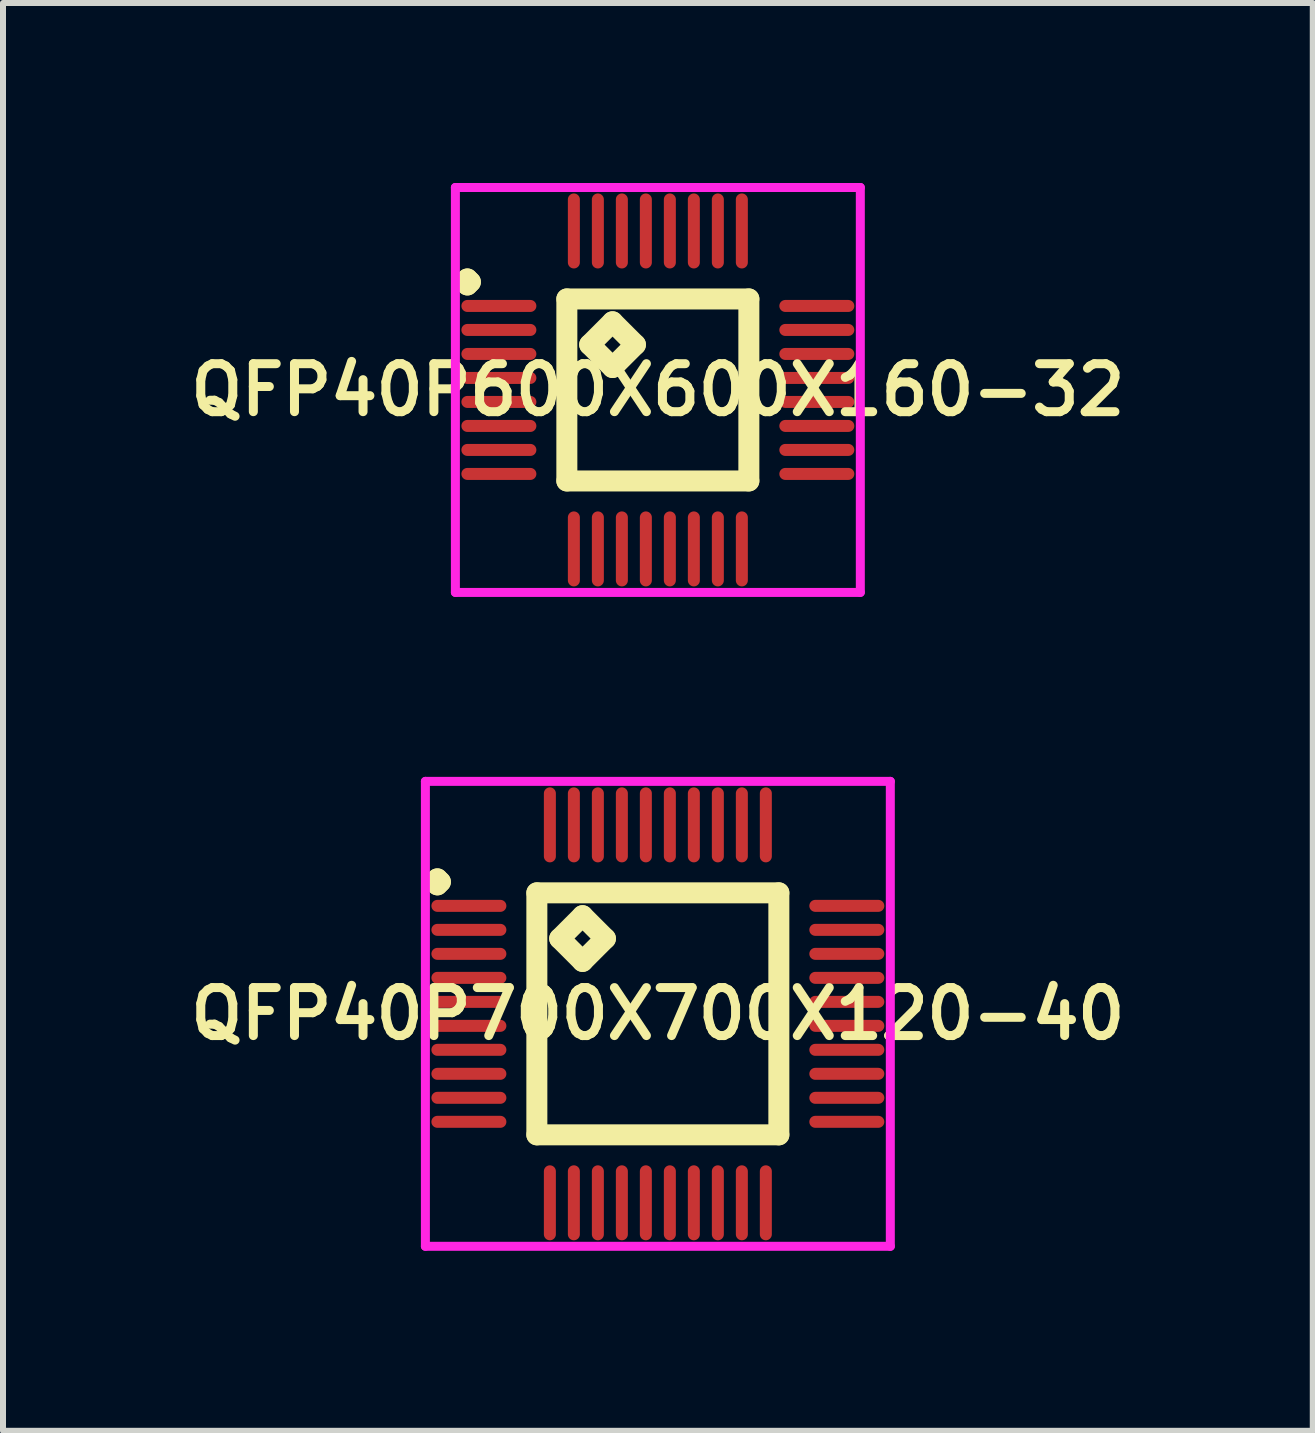
<source format=kicad_pcb>
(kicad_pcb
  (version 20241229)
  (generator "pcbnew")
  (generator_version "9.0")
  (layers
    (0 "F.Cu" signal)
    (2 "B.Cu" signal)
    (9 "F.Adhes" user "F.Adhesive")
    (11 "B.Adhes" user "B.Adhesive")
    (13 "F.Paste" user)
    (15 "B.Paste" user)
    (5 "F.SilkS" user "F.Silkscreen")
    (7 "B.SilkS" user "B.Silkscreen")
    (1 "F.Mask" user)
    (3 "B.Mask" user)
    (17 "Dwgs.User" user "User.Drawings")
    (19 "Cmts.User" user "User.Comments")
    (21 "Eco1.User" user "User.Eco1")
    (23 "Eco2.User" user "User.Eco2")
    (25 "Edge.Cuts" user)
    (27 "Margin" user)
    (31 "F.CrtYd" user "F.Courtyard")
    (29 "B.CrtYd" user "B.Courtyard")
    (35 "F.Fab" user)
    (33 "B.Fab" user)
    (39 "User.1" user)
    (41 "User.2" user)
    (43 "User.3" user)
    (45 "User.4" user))
  (footprint "QFP40P700X700X120-40"
    (layer "F.Cu")
    (at 7.916 13.85)
    (property "Reference" "QFP40P700X700X120-40" (at 0 0 0) (layer "F.SilkS") (effects (font (size 0.8 0.8) (thickness 0.15))))
    (attr through_hole)
    (fp_line (start -3.725 -2.2) (end -3.675 -2.25) (stroke (width 0.35) (type solid)) (layer "F.SilkS"))
    (fp_line (start -3.675 -2.25) (end -3.625 -2.2) (stroke (width 0.35) (type solid)) (layer "F.SilkS"))
    (fp_line (start -3.675 -2.15) (end -3.725 -2.2) (stroke (width 0.35) (type solid)) (layer "F.SilkS"))
    (fp_line (start -3.625 -2.2) (end -3.675 -2.15) (stroke (width 0.35) (type solid)) (layer "F.SilkS"))
    (fp_line (start -2.017 -2.017) (end -2.017 2.017) (stroke (width 0.35) (type solid)) (layer "F.SilkS"))
    (fp_line (start -2.017 2.017) (end 2.017 2.017) (stroke (width 0.35) (type solid)) (layer "F.SilkS"))
    (fp_line (start -1.636 -1.255) (end -1.255 -1.636) (stroke (width 0.35) (type solid)) (layer "F.SilkS"))
    (fp_line (start -1.255 -1.636) (end -0.874 -1.255) (stroke (width 0.35) (type solid)) (layer "F.SilkS"))
    (fp_line (start -1.255 -0.874) (end -1.636 -1.255) (stroke (width 0.35) (type solid)) (layer "F.SilkS"))
    (fp_line (start -0.874 -1.255) (end -1.255 -0.874) (stroke (width 0.35) (type solid)) (layer "F.SilkS"))
    (fp_line (start 2.017 -2.017) (end -2.017 -2.017) (stroke (width 0.35) (type solid)) (layer "F.SilkS"))
    (fp_line (start 2.017 2.017) (end 2.017 -2.017) (stroke (width 0.35) (type solid)) (layer "F.SilkS"))
    (fp_line (start -3.875 -3.875) (end 3.875 -3.875) (stroke (width 0.15) (type solid)) (layer "F.CrtYd"))
    (fp_line (start -3.875 3.875) (end -3.875 -3.875) (stroke (width 0.15) (type solid)) (layer "F.CrtYd"))
    (fp_line (start 3.875 -3.875) (end 3.875 3.875) (stroke (width 0.15) (type solid)) (layer "F.CrtYd"))
    (fp_line (start 3.875 3.875) (end -3.875 3.875) (stroke (width 0.15) (type solid)) (layer "F.CrtYd"))
    (pad "1" smd oval (at -3.15 -1.8) (size 1.25 0.2) (layers "F.Cu" "F.Mask" "F.Paste"))
    (pad "2" smd oval (at -3.15 -1.4) (size 1.25 0.2) (layers "F.Cu" "F.Mask" "F.Paste"))
    (pad "3" smd oval (at -3.15 -1) (size 1.25 0.2) (layers "F.Cu" "F.Mask" "F.Paste"))
    (pad "4" smd oval (at -3.15 -0.6) (size 1.25 0.2) (layers "F.Cu" "F.Mask" "F.Paste"))
    (pad "5" smd oval (at -3.15 -0.2) (size 1.25 0.2) (layers "F.Cu" "F.Mask" "F.Paste"))
    (pad "6" smd oval (at -3.15 0.2) (size 1.25 0.2) (layers "F.Cu" "F.Mask" "F.Paste"))
    (pad "7" smd oval (at -3.15 0.6) (size 1.25 0.2) (layers "F.Cu" "F.Mask" "F.Paste"))
    (pad "8" smd oval (at -3.15 1) (size 1.25 0.2) (layers "F.Cu" "F.Mask" "F.Paste"))
    (pad "9" smd oval (at -3.15 1.4) (size 1.25 0.2) (layers "F.Cu" "F.Mask" "F.Paste"))
    (pad "10" smd oval (at -3.15 1.8) (size 1.25 0.2) (layers "F.Cu" "F.Mask" "F.Paste"))
    (pad "11" smd oval (at -1.8 3.15) (size 0.2 1.25) (layers "F.Cu" "F.Mask" "F.Paste"))
    (pad "12" smd oval (at -1.4 3.15) (size 0.2 1.25) (layers "F.Cu" "F.Mask" "F.Paste"))
    (pad "13" smd oval (at -1 3.15) (size 0.2 1.25) (layers "F.Cu" "F.Mask" "F.Paste"))
    (pad "14" smd oval (at -0.6 3.15) (size 0.2 1.25) (layers "F.Cu" "F.Mask" "F.Paste"))
    (pad "15" smd oval (at -0.2 3.15) (size 0.2 1.25) (layers "F.Cu" "F.Mask" "F.Paste"))
    (pad "16" smd oval (at 0.2 3.15) (size 0.2 1.25) (layers "F.Cu" "F.Mask" "F.Paste"))
    (pad "17" smd oval (at 0.6 3.15) (size 0.2 1.25) (layers "F.Cu" "F.Mask" "F.Paste"))
    (pad "18" smd oval (at 1 3.15) (size 0.2 1.25) (layers "F.Cu" "F.Mask" "F.Paste"))
    (pad "19" smd oval (at 1.4 3.15) (size 0.2 1.25) (layers "F.Cu" "F.Mask" "F.Paste"))
    (pad "20" smd oval (at 1.8 3.15) (size 0.2 1.25) (layers "F.Cu" "F.Mask" "F.Paste"))
    (pad "21" smd oval (at 3.15 1.8) (size 1.25 0.2) (layers "F.Cu" "F.Mask" "F.Paste"))
    (pad "22" smd oval (at 3.15 1.4) (size 1.25 0.2) (layers "F.Cu" "F.Mask" "F.Paste"))
    (pad "23" smd oval (at 3.15 1) (size 1.25 0.2) (layers "F.Cu" "F.Mask" "F.Paste"))
    (pad "24" smd oval (at 3.15 0.6) (size 1.25 0.2) (layers "F.Cu" "F.Mask" "F.Paste"))
    (pad "25" smd oval (at 3.15 0.2) (size 1.25 0.2) (layers "F.Cu" "F.Mask" "F.Paste"))
    (pad "26" smd oval (at 3.15 -0.2) (size 1.25 0.2) (layers "F.Cu" "F.Mask" "F.Paste"))
    (pad "27" smd oval (at 3.15 -0.6) (size 1.25 0.2) (layers "F.Cu" "F.Mask" "F.Paste"))
    (pad "28" smd oval (at 3.15 -1) (size 1.25 0.2) (layers "F.Cu" "F.Mask" "F.Paste"))
    (pad "29" smd oval (at 3.15 -1.4) (size 1.25 0.2) (layers "F.Cu" "F.Mask" "F.Paste"))
    (pad "30" smd oval (at 3.15 -1.8) (size 1.25 0.2) (layers "F.Cu" "F.Mask" "F.Paste"))
    (pad "31" smd oval (at 1.8 -3.15) (size 0.2 1.25) (layers "F.Cu" "F.Mask" "F.Paste"))
    (pad "32" smd oval (at 1.4 -3.15) (size 0.2 1.25) (layers "F.Cu" "F.Mask" "F.Paste"))
    (pad "33" smd oval (at 1 -3.15) (size 0.2 1.25) (layers "F.Cu" "F.Mask" "F.Paste"))
    (pad "34" smd oval (at 0.6 -3.15) (size 0.2 1.25) (layers "F.Cu" "F.Mask" "F.Paste"))
    (pad "35" smd oval (at 0.2 -3.15) (size 0.2 1.25) (layers "F.Cu" "F.Mask" "F.Paste"))
    (pad "36" smd oval (at -0.2 -3.15) (size 0.2 1.25) (layers "F.Cu" "F.Mask" "F.Paste"))
    (pad "37" smd oval (at -0.6 -3.15) (size 0.2 1.25) (layers "F.Cu" "F.Mask" "F.Paste"))
    (pad "38" smd oval (at -1 -3.15) (size 0.2 1.25) (layers "F.Cu" "F.Mask" "F.Paste"))
    (pad "39" smd oval (at -1.4 -3.15) (size 0.2 1.25) (layers "F.Cu" "F.Mask" "F.Paste"))
    (pad "40" smd oval (at -1.8 -3.15) (size 0.2 1.25) (layers "F.Cu" "F.Mask" "F.Paste")))
  (footprint "QFP40P600X600X160-32"
    (layer "F.Cu")
    (at 7.916 3.45)
    (property "Reference" "QFP40P600X600X160-32" (at 0 0 0) (layer "F.SilkS") (effects (font (size 0.8 0.8) (thickness 0.15))))
    (attr smd)
    (fp_line (start -3.225 -1.8) (end -3.175 -1.85) (stroke (width 0.35) (type solid)) (layer "F.SilkS"))
    (fp_line (start -3.175 -1.85) (end -3.125 -1.8) (stroke (width 0.35) (type solid)) (layer "F.SilkS"))
    (fp_line (start -3.175 -1.75) (end -3.225 -1.8) (stroke (width 0.35) (type solid)) (layer "F.SilkS"))
    (fp_line (start -3.125 -1.8) (end -3.175 -1.75) (stroke (width 0.35) (type solid)) (layer "F.SilkS"))
    (fp_line (start -1.517 -1.517) (end -1.517 1.517) (stroke (width 0.35) (type solid)) (layer "F.SilkS"))
    (fp_line (start -1.517 1.517) (end 1.517 1.517) (stroke (width 0.35) (type solid)) (layer "F.SilkS"))
    (fp_line (start -1.136 -0.755) (end -0.755 -1.136) (stroke (width 0.35) (type solid)) (layer "F.SilkS"))
    (fp_line (start -0.755 -1.136) (end -0.374 -0.755) (stroke (width 0.35) (type solid)) (layer "F.SilkS"))
    (fp_line (start -0.755 -0.374) (end -1.136 -0.755) (stroke (width 0.35) (type solid)) (layer "F.SilkS"))
    (fp_line (start -0.374 -0.755) (end -0.755 -0.374) (stroke (width 0.35) (type solid)) (layer "F.SilkS"))
    (fp_line (start 1.517 -1.517) (end -1.517 -1.517) (stroke (width 0.35) (type solid)) (layer "F.SilkS"))
    (fp_line (start 1.517 1.517) (end 1.517 -1.517) (stroke (width 0.35) (type solid)) (layer "F.SilkS"))
    (fp_line (start -3.375 -3.375) (end 3.375 -3.375) (stroke (width 0.15) (type solid)) (layer "F.CrtYd"))
    (fp_line (start -3.375 3.375) (end -3.375 -3.375) (stroke (width 0.15) (type solid)) (layer "F.CrtYd"))
    (fp_line (start 3.375 -3.375) (end 3.375 3.375) (stroke (width 0.15) (type solid)) (layer "F.CrtYd"))
    (fp_line (start 3.375 3.375) (end -3.375 3.375) (stroke (width 0.15) (type solid)) (layer "F.CrtYd"))
    (pad "1" smd oval (at -2.65 -1.4) (size 1.25 0.2) (layers "F.Cu" "F.Mask" "F.Paste"))
    (pad "2" smd oval (at -2.65 -1) (size 1.25 0.2) (layers "F.Cu" "F.Mask" "F.Paste"))
    (pad "3" smd oval (at -2.65 -0.6) (size 1.25 0.2) (layers "F.Cu" "F.Mask" "F.Paste"))
    (pad "4" smd oval (at -2.65 -0.2) (size 1.25 0.2) (layers "F.Cu" "F.Mask" "F.Paste"))
    (pad "5" smd oval (at -2.65 0.2) (size 1.25 0.2) (layers "F.Cu" "F.Mask" "F.Paste"))
    (pad "6" smd oval (at -2.65 0.6) (size 1.25 0.2) (layers "F.Cu" "F.Mask" "F.Paste"))
    (pad "7" smd oval (at -2.65 1) (size 1.25 0.2) (layers "F.Cu" "F.Mask" "F.Paste"))
    (pad "8" smd oval (at -2.65 1.4) (size 1.25 0.2) (layers "F.Cu" "F.Mask" "F.Paste"))
    (pad "9" smd oval (at -1.4 2.65) (size 0.2 1.25) (layers "F.Cu" "F.Mask" "F.Paste"))
    (pad "10" smd oval (at -1 2.65) (size 0.2 1.25) (layers "F.Cu" "F.Mask" "F.Paste"))
    (pad "11" smd oval (at -0.6 2.65) (size 0.2 1.25) (layers "F.Cu" "F.Mask" "F.Paste"))
    (pad "12" smd oval (at -0.2 2.65) (size 0.2 1.25) (layers "F.Cu" "F.Mask" "F.Paste"))
    (pad "13" smd oval (at 0.2 2.65) (size 0.2 1.25) (layers "F.Cu" "F.Mask" "F.Paste"))
    (pad "14" smd oval (at 0.6 2.65) (size 0.2 1.25) (layers "F.Cu" "F.Mask" "F.Paste"))
    (pad "15" smd oval (at 1 2.65) (size 0.2 1.25) (layers "F.Cu" "F.Mask" "F.Paste"))
    (pad "16" smd oval (at 1.4 2.65) (size 0.2 1.25) (layers "F.Cu" "F.Mask" "F.Paste"))
    (pad "17" smd oval (at 2.65 1.4) (size 1.25 0.2) (layers "F.Cu" "F.Mask" "F.Paste"))
    (pad "18" smd oval (at 2.65 1) (size 1.25 0.2) (layers "F.Cu" "F.Mask" "F.Paste"))
    (pad "19" smd oval (at 2.65 0.6) (size 1.25 0.2) (layers "F.Cu" "F.Mask" "F.Paste"))
    (pad "20" smd oval (at 2.65 0.2) (size 1.25 0.2) (layers "F.Cu" "F.Mask" "F.Paste"))
    (pad "21" smd oval (at 2.65 -0.2) (size 1.25 0.2) (layers "F.Cu" "F.Mask" "F.Paste"))
    (pad "22" smd oval (at 2.65 -0.6) (size 1.25 0.2) (layers "F.Cu" "F.Mask" "F.Paste"))
    (pad "23" smd oval (at 2.65 -1) (size 1.25 0.2) (layers "F.Cu" "F.Mask" "F.Paste"))
    (pad "24" smd oval (at 2.65 -1.4) (size 1.25 0.2) (layers "F.Cu" "F.Mask" "F.Paste"))
    (pad "25" smd oval (at 1.4 -2.65) (size 0.2 1.25) (layers "F.Cu" "F.Mask" "F.Paste"))
    (pad "26" smd oval (at 1 -2.65) (size 0.2 1.25) (layers "F.Cu" "F.Mask" "F.Paste"))
    (pad "27" smd oval (at 0.6 -2.65) (size 0.2 1.25) (layers "F.Cu" "F.Mask" "F.Paste"))
    (pad "28" smd oval (at 0.2 -2.65) (size 0.2 1.25) (layers "F.Cu" "F.Mask" "F.Paste"))
    (pad "29" smd oval (at -0.2 -2.65) (size 0.2 1.25) (layers "F.Cu" "F.Mask" "F.Paste"))
    (pad "30" smd oval (at -0.6 -2.65) (size 0.2 1.25) (layers "F.Cu" "F.Mask" "F.Paste"))
    (pad "31" smd oval (at -1 -2.65) (size 0.2 1.25) (layers "F.Cu" "F.Mask" "F.Paste"))
    (pad "32" smd oval (at -1.4 -2.65) (size 0.2 1.25) (layers "F.Cu" "F.Mask" "F.Paste")))
  (gr_rect
    (start -3 -3)
    (end 18.833 20.8)
    (stroke (width 0.1) (type default))
    (fill no)
    (layer "Edge.Cuts")))
</source>
